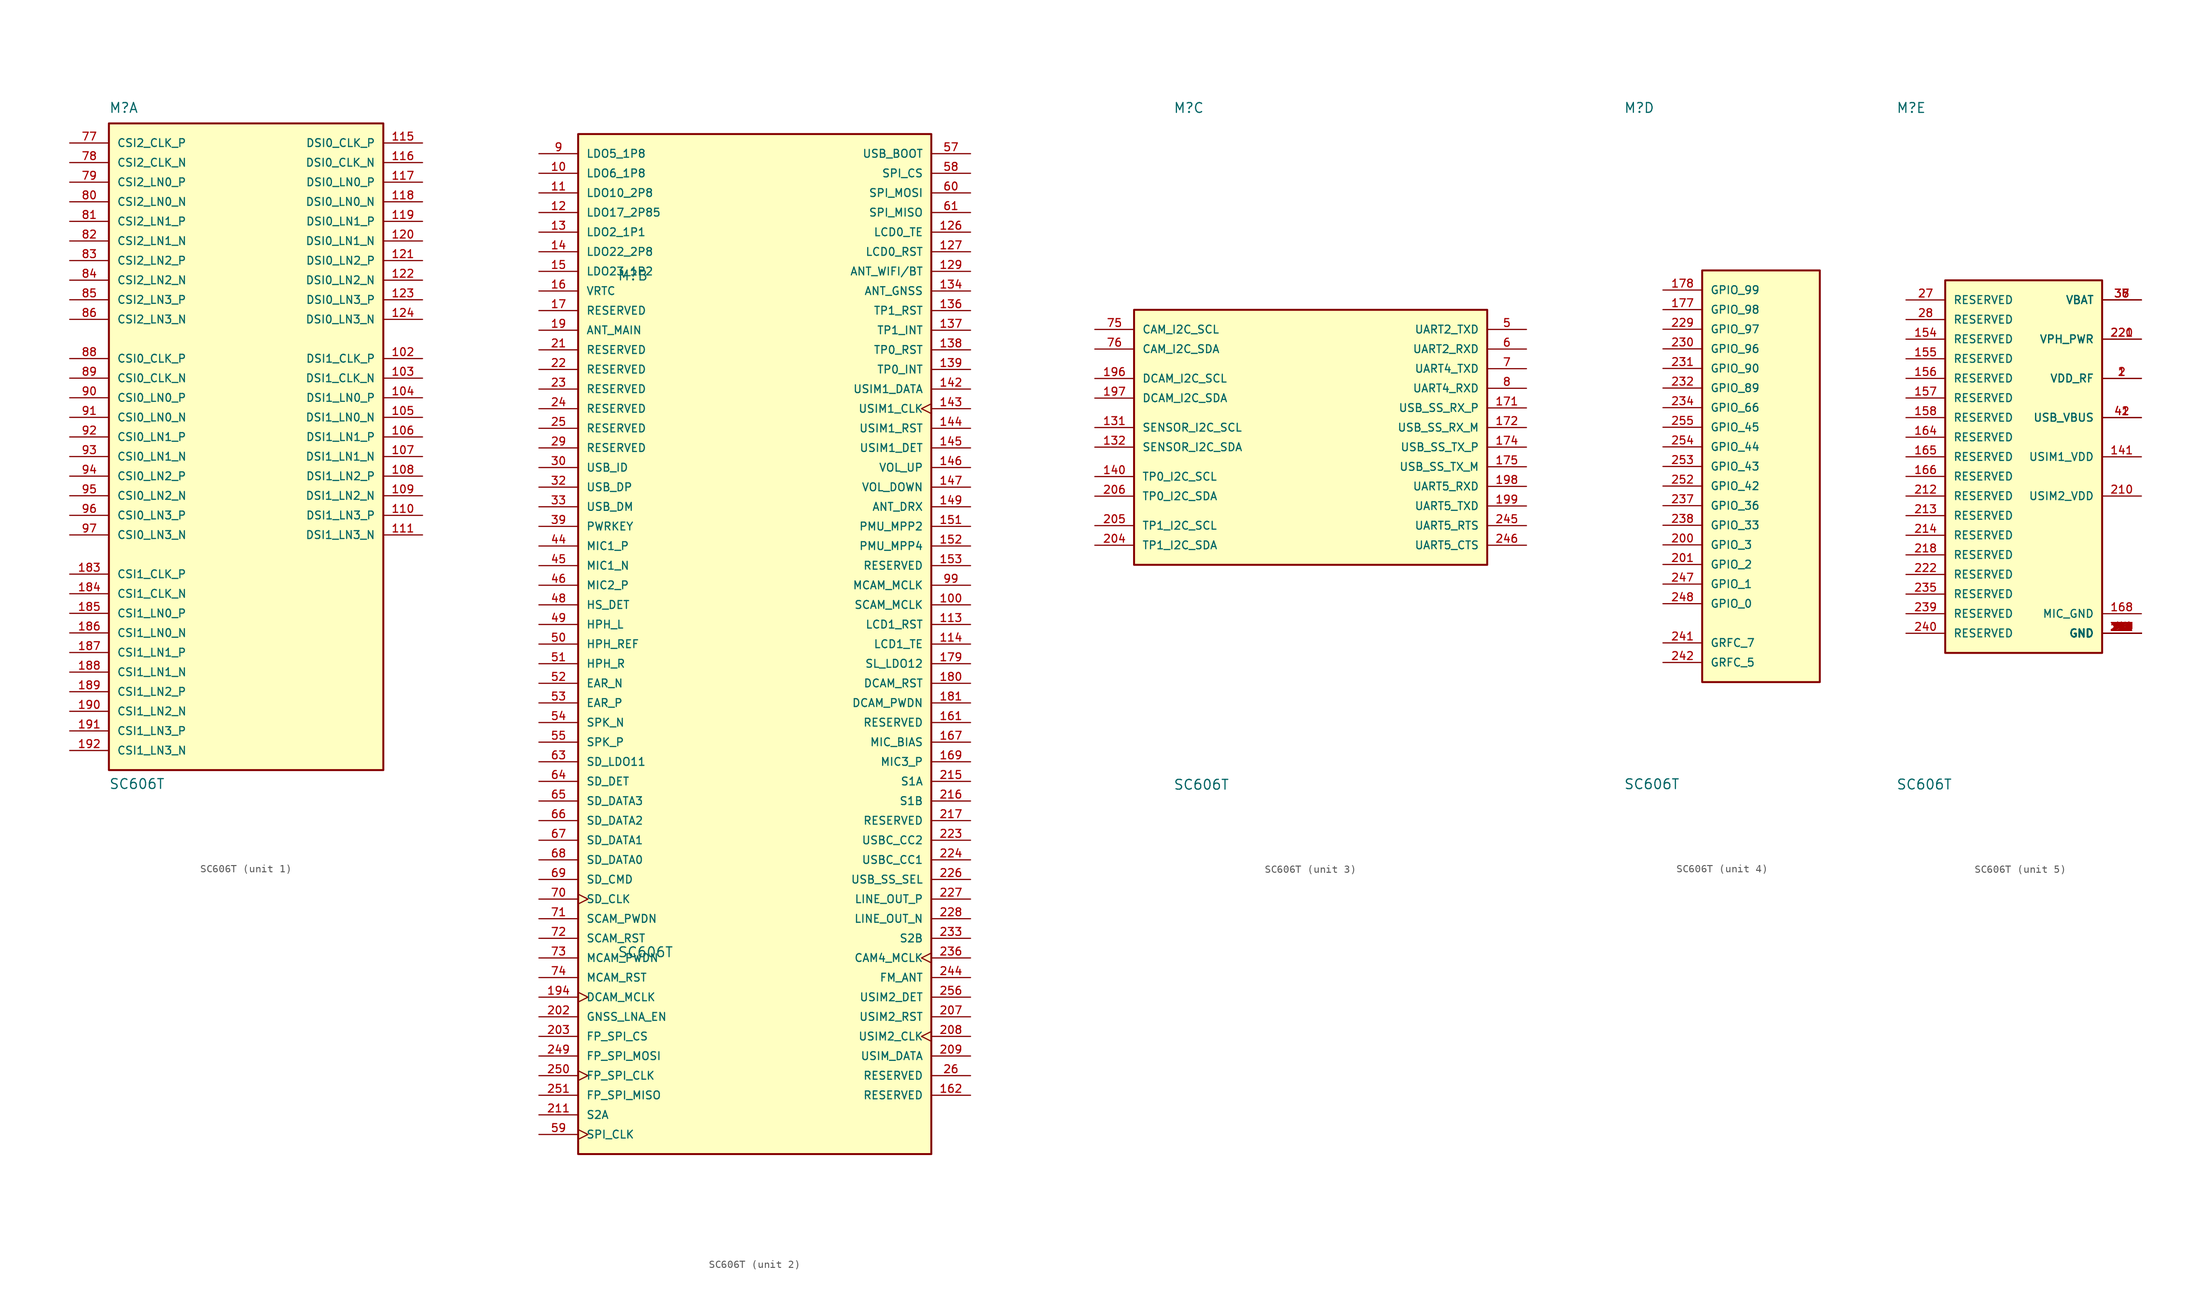
<source format=kicad_sym>
(kicad_symbol_lib
  (version 20211014)
  (generator kicad_symbol_editor)
  (symbol "SC606T"
    (pin_names
      (offset 1.016))
    (property "Reference" "M"
      (at -17.78 41.91 0)
      (effects (font (size 1.27 1.27)) (justify left bottom)))
    (property "Value" "SC606T"
      (at -17.78 -45.72 0)
      (effects (font (size 1.27 1.27)) (justify left bottom)))
    (property "ki_locked" ""
      (at 0 0 0)
      (effects (font (size 1.27 1.27))))
    (symbol "SC606T_1_0"
      (rectangle (start -17.78 -43.18) (end 17.78 40.64) (stroke (width 0.254) (type default) (color 0 0 0 0)) (fill (type background)))
      (pin bidirectional line (at 22.86 10.16 180) (length 5.08) (name "DSI1_CLK_P" (effects (font (size 1.016 1.016)))) (number "102" (effects (font (size 1.016 1.016)))))
      (pin bidirectional line (at 22.86 7.62 180) (length 5.08) (name "DSI1_CLK_N" (effects (font (size 1.016 1.016)))) (number "103" (effects (font (size 1.016 1.016)))))
      (pin bidirectional line (at 22.86 5.08 180) (length 5.08) (name "DSI1_LN0_P" (effects (font (size 1.016 1.016)))) (number "104" (effects (font (size 1.016 1.016)))))
      (pin bidirectional line (at 22.86 2.54 180) (length 5.08) (name "DSI1_LN0_N" (effects (font (size 1.016 1.016)))) (number "105" (effects (font (size 1.016 1.016)))))
      (pin bidirectional line (at 22.86 0 180) (length 5.08) (name "DSI1_LN1_P" (effects (font (size 1.016 1.016)))) (number "106" (effects (font (size 1.016 1.016)))))
      (pin bidirectional line (at 22.86 -2.54 180) (length 5.08) (name "DSI1_LN1_N" (effects (font (size 1.016 1.016)))) (number "107" (effects (font (size 1.016 1.016)))))
      (pin bidirectional line (at 22.86 -5.08 180) (length 5.08) (name "DSI1_LN2_P" (effects (font (size 1.016 1.016)))) (number "108" (effects (font (size 1.016 1.016)))))
      (pin bidirectional line (at 22.86 -7.62 180) (length 5.08) (name "DSI1_LN2_N" (effects (font (size 1.016 1.016)))) (number "109" (effects (font (size 1.016 1.016)))))
      (pin bidirectional line (at 22.86 -10.16 180) (length 5.08) (name "DSI1_LN3_P" (effects (font (size 1.016 1.016)))) (number "110" (effects (font (size 1.016 1.016)))))
      (pin bidirectional line (at 22.86 -12.7 180) (length 5.08) (name "DSI1_LN3_N" (effects (font (size 1.016 1.016)))) (number "111" (effects (font (size 1.016 1.016)))))
      (pin bidirectional line (at 22.86 38.1 180) (length 5.08) (name "DSI0_CLK_P" (effects (font (size 1.016 1.016)))) (number "115" (effects (font (size 1.016 1.016)))))
      (pin bidirectional line (at 22.86 35.56 180) (length 5.08) (name "DSI0_CLK_N" (effects (font (size 1.016 1.016)))) (number "116" (effects (font (size 1.016 1.016)))))
      (pin bidirectional line (at 22.86 33.02 180) (length 5.08) (name "DSI0_LN0_P" (effects (font (size 1.016 1.016)))) (number "117" (effects (font (size 1.016 1.016)))))
      (pin bidirectional line (at 22.86 30.48 180) (length 5.08) (name "DSI0_LN0_N" (effects (font (size 1.016 1.016)))) (number "118" (effects (font (size 1.016 1.016)))))
      (pin bidirectional line (at 22.86 27.94 180) (length 5.08) (name "DSI0_LN1_P" (effects (font (size 1.016 1.016)))) (number "119" (effects (font (size 1.016 1.016)))))
      (pin bidirectional line (at 22.86 25.4 180) (length 5.08) (name "DSI0_LN1_N" (effects (font (size 1.016 1.016)))) (number "120" (effects (font (size 1.016 1.016)))))
      (pin bidirectional line (at 22.86 22.86 180) (length 5.08) (name "DSI0_LN2_P" (effects (font (size 1.016 1.016)))) (number "121" (effects (font (size 1.016 1.016)))))
      (pin bidirectional line (at 22.86 20.32 180) (length 5.08) (name "DSI0_LN2_N" (effects (font (size 1.016 1.016)))) (number "122" (effects (font (size 1.016 1.016)))))
      (pin bidirectional line (at 22.86 17.78 180) (length 5.08) (name "DSI0_LN3_P" (effects (font (size 1.016 1.016)))) (number "123" (effects (font (size 1.016 1.016)))))
      (pin bidirectional line (at 22.86 15.24 180) (length 5.08) (name "DSI0_LN3_N" (effects (font (size 1.016 1.016)))) (number "124" (effects (font (size 1.016 1.016)))))
      (pin bidirectional line (at -22.86 -17.78 0) (length 5.08) (name "CSI1_CLK_P" (effects (font (size 1.016 1.016)))) (number "183" (effects (font (size 1.016 1.016)))))
      (pin bidirectional line (at -22.86 -20.32 0) (length 5.08) (name "CSI1_CLK_N" (effects (font (size 1.016 1.016)))) (number "184" (effects (font (size 1.016 1.016)))))
      (pin bidirectional line (at -22.86 -22.86 0) (length 5.08) (name "CSI1_LN0_P" (effects (font (size 1.016 1.016)))) (number "185" (effects (font (size 1.016 1.016)))))
      (pin bidirectional line (at -22.86 -25.4 0) (length 5.08) (name "CSI1_LN0_N" (effects (font (size 1.016 1.016)))) (number "186" (effects (font (size 1.016 1.016)))))
      (pin bidirectional line (at -22.86 -27.94 0) (length 5.08) (name "CSI1_LN1_P" (effects (font (size 1.016 1.016)))) (number "187" (effects (font (size 1.016 1.016)))))
      (pin bidirectional line (at -22.86 -30.48 0) (length 5.08) (name "CSI1_LN1_N" (effects (font (size 1.016 1.016)))) (number "188" (effects (font (size 1.016 1.016)))))
      (pin bidirectional line (at -22.86 -33.02 0) (length 5.08) (name "CSI1_LN2_P" (effects (font (size 1.016 1.016)))) (number "189" (effects (font (size 1.016 1.016)))))
      (pin bidirectional line (at -22.86 -35.56 0) (length 5.08) (name "CSI1_LN2_N" (effects (font (size 1.016 1.016)))) (number "190" (effects (font (size 1.016 1.016)))))
      (pin bidirectional line (at -22.86 -38.1 0) (length 5.08) (name "CSI1_LN3_P" (effects (font (size 1.016 1.016)))) (number "191" (effects (font (size 1.016 1.016)))))
      (pin bidirectional line (at -22.86 -40.64 0) (length 5.08) (name "CSI1_LN3_N" (effects (font (size 1.016 1.016)))) (number "192" (effects (font (size 1.016 1.016)))))
      (pin bidirectional line (at -22.86 38.1 0) (length 5.08) (name "CSI2_CLK_P" (effects (font (size 1.016 1.016)))) (number "77" (effects (font (size 1.016 1.016)))))
      (pin bidirectional line (at -22.86 35.56 0) (length 5.08) (name "CSI2_CLK_N" (effects (font (size 1.016 1.016)))) (number "78" (effects (font (size 1.016 1.016)))))
      (pin bidirectional line (at -22.86 33.02 0) (length 5.08) (name "CSI2_LN0_P" (effects (font (size 1.016 1.016)))) (number "79" (effects (font (size 1.016 1.016)))))
      (pin bidirectional line (at -22.86 30.48 0) (length 5.08) (name "CSI2_LN0_N" (effects (font (size 1.016 1.016)))) (number "80" (effects (font (size 1.016 1.016)))))
      (pin bidirectional line (at -22.86 27.94 0) (length 5.08) (name "CSI2_LN1_P" (effects (font (size 1.016 1.016)))) (number "81" (effects (font (size 1.016 1.016)))))
      (pin bidirectional line (at -22.86 25.4 0) (length 5.08) (name "CSI2_LN1_N" (effects (font (size 1.016 1.016)))) (number "82" (effects (font (size 1.016 1.016)))))
      (pin bidirectional line (at -22.86 22.86 0) (length 5.08) (name "CSI2_LN2_P" (effects (font (size 1.016 1.016)))) (number "83" (effects (font (size 1.016 1.016)))))
      (pin bidirectional line (at -22.86 20.32 0) (length 5.08) (name "CSI2_LN2_N" (effects (font (size 1.016 1.016)))) (number "84" (effects (font (size 1.016 1.016)))))
      (pin bidirectional line (at -22.86 17.78 0) (length 5.08) (name "CSI2_LN3_P" (effects (font (size 1.016 1.016)))) (number "85" (effects (font (size 1.016 1.016)))))
      (pin bidirectional line (at -22.86 15.24 0) (length 5.08) (name "CSI2_LN3_N" (effects (font (size 1.016 1.016)))) (number "86" (effects (font (size 1.016 1.016)))))
      (pin bidirectional line (at -22.86 10.16 0) (length 5.08) (name "CSI0_CLK_P" (effects (font (size 1.016 1.016)))) (number "88" (effects (font (size 1.016 1.016)))))
      (pin bidirectional line (at -22.86 7.62 0) (length 5.08) (name "CSI0_CLK_N" (effects (font (size 1.016 1.016)))) (number "89" (effects (font (size 1.016 1.016)))))
      (pin bidirectional line (at -22.86 5.08 0) (length 5.08) (name "CSI0_LN0_P" (effects (font (size 1.016 1.016)))) (number "90" (effects (font (size 1.016 1.016)))))
      (pin bidirectional line (at -22.86 2.54 0) (length 5.08) (name "CSI0_LN0_N" (effects (font (size 1.016 1.016)))) (number "91" (effects (font (size 1.016 1.016)))))
      (pin bidirectional line (at -22.86 0 0) (length 5.08) (name "CSI0_LN1_P" (effects (font (size 1.016 1.016)))) (number "92" (effects (font (size 1.016 1.016)))))
      (pin bidirectional line (at -22.86 -2.54 0) (length 5.08) (name "CSI0_LN1_N" (effects (font (size 1.016 1.016)))) (number "93" (effects (font (size 1.016 1.016)))))
      (pin bidirectional line (at -22.86 -5.08 0) (length 5.08) (name "CSI0_LN2_P" (effects (font (size 1.016 1.016)))) (number "94" (effects (font (size 1.016 1.016)))))
      (pin bidirectional line (at -22.86 -7.62 0) (length 5.08) (name "CSI0_LN2_N" (effects (font (size 1.016 1.016)))) (number "95" (effects (font (size 1.016 1.016)))))
      (pin bidirectional line (at -22.86 -10.16 0) (length 5.08) (name "CSI0_LN3_P" (effects (font (size 1.016 1.016)))) (number "96" (effects (font (size 1.016 1.016)))))
      (pin bidirectional line (at -22.86 -12.7 0) (length 5.08) (name "CSI0_LN3_N" (effects (font (size 1.016 1.016)))) (number "97" (effects (font (size 1.016 1.016))))))
    (symbol "SC606T_2_0"
      (rectangle (start -22.86 -71.12) (end 22.86 60.96) (stroke (width 0.254) (type default) (color 0 0 0 0)) (fill (type background)))
      (pin bidirectional line (at -27.94 55.88 0) (length 5.08) (name "LDO6_1P8" (effects (font (size 1.016 1.016)))) (number "10" (effects (font (size 1.016 1.016)))))
      (pin bidirectional line (at 27.94 0 180) (length 5.08) (name "SCAM_MCLK" (effects (font (size 1.016 1.016)))) (number "100" (effects (font (size 1.016 1.016)))))
      (pin bidirectional line (at -27.94 53.34 0) (length 5.08) (name "LDO10_2P8" (effects (font (size 1.016 1.016)))) (number "11" (effects (font (size 1.016 1.016)))))
      (pin bidirectional line (at 27.94 -2.54 180) (length 5.08) (name "LCD1_RST" (effects (font (size 1.016 1.016)))) (number "113" (effects (font (size 1.016 1.016)))))
      (pin bidirectional line (at 27.94 -5.08 180) (length 5.08) (name "LCD1_TE" (effects (font (size 1.016 1.016)))) (number "114" (effects (font (size 1.016 1.016)))))
      (pin bidirectional line (at -27.94 50.8 0) (length 5.08) (name "LDO17_2P85" (effects (font (size 1.016 1.016)))) (number "12" (effects (font (size 1.016 1.016)))))
      (pin bidirectional line (at 27.94 48.26 180) (length 5.08) (name "LCD0_TE" (effects (font (size 1.016 1.016)))) (number "126" (effects (font (size 1.016 1.016)))))
      (pin bidirectional line (at 27.94 45.72 180) (length 5.08) (name "LCD0_RST" (effects (font (size 1.016 1.016)))) (number "127" (effects (font (size 1.016 1.016)))))
      (pin bidirectional line (at 27.94 43.18 180) (length 5.08) (name "ANT_WIFI/BT" (effects (font (size 1.016 1.016)))) (number "129" (effects (font (size 1.016 1.016)))))
      (pin bidirectional line (at -27.94 48.26 0) (length 5.08) (name "LDO2_1P1" (effects (font (size 1.016 1.016)))) (number "13" (effects (font (size 1.016 1.016)))))
      (pin bidirectional line (at 27.94 40.64 180) (length 5.08) (name "ANT_GNSS" (effects (font (size 1.016 1.016)))) (number "134" (effects (font (size 1.016 1.016)))))
      (pin bidirectional line (at 27.94 38.1 180) (length 5.08) (name "TP1_RST" (effects (font (size 1.016 1.016)))) (number "136" (effects (font (size 1.016 1.016)))))
      (pin bidirectional line (at 27.94 35.56 180) (length 5.08) (name "TP1_INT" (effects (font (size 1.016 1.016)))) (number "137" (effects (font (size 1.016 1.016)))))
      (pin bidirectional line (at 27.94 33.02 180) (length 5.08) (name "TP0_RST" (effects (font (size 1.016 1.016)))) (number "138" (effects (font (size 1.016 1.016)))))
      (pin bidirectional line (at 27.94 30.48 180) (length 5.08) (name "TP0_INT" (effects (font (size 1.016 1.016)))) (number "139" (effects (font (size 1.016 1.016)))))
      (pin bidirectional line (at -27.94 45.72 0) (length 5.08) (name "LDO22_2P8" (effects (font (size 1.016 1.016)))) (number "14" (effects (font (size 1.016 1.016)))))
      (pin bidirectional line (at 27.94 27.94 180) (length 5.08) (name "USIM1_DATA" (effects (font (size 1.016 1.016)))) (number "142" (effects (font (size 1.016 1.016)))))
      (pin bidirectional clock (at 27.94 25.4 180) (length 5.08) (name "USIM1_CLK" (effects (font (size 1.016 1.016)))) (number "143" (effects (font (size 1.016 1.016)))))
      (pin bidirectional line (at 27.94 22.86 180) (length 5.08) (name "USIM1_RST" (effects (font (size 1.016 1.016)))) (number "144" (effects (font (size 1.016 1.016)))))
      (pin bidirectional line (at 27.94 20.32 180) (length 5.08) (name "USIM1_DET" (effects (font (size 1.016 1.016)))) (number "145" (effects (font (size 1.016 1.016)))))
      (pin bidirectional line (at 27.94 17.78 180) (length 5.08) (name "VOL_UP" (effects (font (size 1.016 1.016)))) (number "146" (effects (font (size 1.016 1.016)))))
      (pin bidirectional line (at 27.94 15.24 180) (length 5.08) (name "VOL_DOWN" (effects (font (size 1.016 1.016)))) (number "147" (effects (font (size 1.016 1.016)))))
      (pin bidirectional line (at 27.94 12.7 180) (length 5.08) (name "ANT_DRX" (effects (font (size 1.016 1.016)))) (number "149" (effects (font (size 1.016 1.016)))))
      (pin bidirectional line (at -27.94 43.18 0) (length 5.08) (name "LDO23_1P2" (effects (font (size 1.016 1.016)))) (number "15" (effects (font (size 1.016 1.016)))))
      (pin bidirectional line (at 27.94 10.16 180) (length 5.08) (name "PMU_MPP2" (effects (font (size 1.016 1.016)))) (number "151" (effects (font (size 1.016 1.016)))))
      (pin bidirectional line (at 27.94 7.62 180) (length 5.08) (name "PMU_MPP4" (effects (font (size 1.016 1.016)))) (number "152" (effects (font (size 1.016 1.016)))))
      (pin bidirectional line (at 27.94 5.08 180) (length 5.08) (name "RESERVED" (effects (font (size 1.016 1.016)))) (number "153" (effects (font (size 1.016 1.016)))))
      (pin bidirectional line (at -27.94 40.64 0) (length 5.08) (name "VRTC" (effects (font (size 1.016 1.016)))) (number "16" (effects (font (size 1.016 1.016)))))
      (pin bidirectional line (at 27.94 -15.24 180) (length 5.08) (name "RESERVED" (effects (font (size 1.016 1.016)))) (number "161" (effects (font (size 1.016 1.016)))))
      (pin bidirectional line (at 27.94 -63.5 180) (length 5.08) (name "RESERVED" (effects (font (size 1.016 1.016)))) (number "162" (effects (font (size 1.016 1.016)))))
      (pin bidirectional line (at 27.94 -17.78 180) (length 5.08) (name "MIC_BIAS" (effects (font (size 1.016 1.016)))) (number "167" (effects (font (size 1.016 1.016)))))
      (pin bidirectional line (at 27.94 -20.32 180) (length 5.08) (name "MIC3_P" (effects (font (size 1.016 1.016)))) (number "169" (effects (font (size 1.016 1.016)))))
      (pin bidirectional line (at -27.94 38.1 0) (length 5.08) (name "RESERVED" (effects (font (size 1.016 1.016)))) (number "17" (effects (font (size 1.016 1.016)))))
      (pin bidirectional line (at 27.94 -7.62 180) (length 5.08) (name "SL_LDO12" (effects (font (size 1.016 1.016)))) (number "179" (effects (font (size 1.016 1.016)))))
      (pin bidirectional line (at 27.94 -10.16 180) (length 5.08) (name "DCAM_RST" (effects (font (size 1.016 1.016)))) (number "180" (effects (font (size 1.016 1.016)))))
      (pin bidirectional line (at 27.94 -12.7 180) (length 5.08) (name "DCAM_PWDN" (effects (font (size 1.016 1.016)))) (number "181" (effects (font (size 1.016 1.016)))))
      (pin bidirectional line (at -27.94 35.56 0) (length 5.08) (name "ANT_MAIN" (effects (font (size 1.016 1.016)))) (number "19" (effects (font (size 1.016 1.016)))))
      (pin bidirectional clock (at -27.94 -50.8 0) (length 5.08) (name "DCAM_MCLK" (effects (font (size 1.016 1.016)))) (number "194" (effects (font (size 1.016 1.016)))))
      (pin bidirectional line (at -27.94 -53.34 0) (length 5.08) (name "GNSS_LNA_EN" (effects (font (size 1.016 1.016)))) (number "202" (effects (font (size 1.016 1.016)))))
      (pin bidirectional line (at -27.94 -55.88 0) (length 5.08) (name "FP_SPI_CS" (effects (font (size 1.016 1.016)))) (number "203" (effects (font (size 1.016 1.016)))))
      (pin bidirectional line (at 27.94 -53.34 180) (length 5.08) (name "USIM2_RST" (effects (font (size 1.016 1.016)))) (number "207" (effects (font (size 1.016 1.016)))))
      (pin bidirectional clock (at 27.94 -55.88 180) (length 5.08) (name "USIM2_CLK" (effects (font (size 1.016 1.016)))) (number "208" (effects (font (size 1.016 1.016)))))
      (pin bidirectional line (at 27.94 -58.42 180) (length 5.08) (name "USIM_DATA" (effects (font (size 1.016 1.016)))) (number "209" (effects (font (size 1.016 1.016)))))
      (pin bidirectional line (at -27.94 33.02 0) (length 5.08) (name "RESERVED" (effects (font (size 1.016 1.016)))) (number "21" (effects (font (size 1.016 1.016)))))
      (pin bidirectional line (at -27.94 -66.04 0) (length 5.08) (name "S2A" (effects (font (size 1.016 1.016)))) (number "211" (effects (font (size 1.016 1.016)))))
      (pin bidirectional line (at 27.94 -22.86 180) (length 5.08) (name "S1A" (effects (font (size 1.016 1.016)))) (number "215" (effects (font (size 1.016 1.016)))))
      (pin bidirectional line (at 27.94 -25.4 180) (length 5.08) (name "S1B" (effects (font (size 1.016 1.016)))) (number "216" (effects (font (size 1.016 1.016)))))
      (pin bidirectional line (at 27.94 -27.94 180) (length 5.08) (name "RESERVED" (effects (font (size 1.016 1.016)))) (number "217" (effects (font (size 1.016 1.016)))))
      (pin bidirectional line (at -27.94 30.48 0) (length 5.08) (name "RESERVED" (effects (font (size 1.016 1.016)))) (number "22" (effects (font (size 1.016 1.016)))))
      (pin bidirectional line (at 27.94 -30.48 180) (length 5.08) (name "USBC_CC2" (effects (font (size 1.016 1.016)))) (number "223" (effects (font (size 1.016 1.016)))))
      (pin bidirectional line (at 27.94 -33.02 180) (length 5.08) (name "USBC_CC1" (effects (font (size 1.016 1.016)))) (number "224" (effects (font (size 1.016 1.016)))))
      (pin bidirectional line (at 27.94 -35.56 180) (length 5.08) (name "USB_SS_SEL" (effects (font (size 1.016 1.016)))) (number "226" (effects (font (size 1.016 1.016)))))
      (pin bidirectional line (at 27.94 -38.1 180) (length 5.08) (name "LINE_OUT_P" (effects (font (size 1.016 1.016)))) (number "227" (effects (font (size 1.016 1.016)))))
      (pin bidirectional line (at 27.94 -40.64 180) (length 5.08) (name "LINE_OUT_N" (effects (font (size 1.016 1.016)))) (number "228" (effects (font (size 1.016 1.016)))))
      (pin bidirectional line (at -27.94 27.94 0) (length 5.08) (name "RESERVED" (effects (font (size 1.016 1.016)))) (number "23" (effects (font (size 1.016 1.016)))))
      (pin bidirectional line (at 27.94 -43.18 180) (length 5.08) (name "S2B" (effects (font (size 1.016 1.016)))) (number "233" (effects (font (size 1.016 1.016)))))
      (pin bidirectional clock (at 27.94 -45.72 180) (length 5.08) (name "CAM4_MCLK" (effects (font (size 1.016 1.016)))) (number "236" (effects (font (size 1.016 1.016)))))
      (pin bidirectional line (at -27.94 25.4 0) (length 5.08) (name "RESERVED" (effects (font (size 1.016 1.016)))) (number "24" (effects (font (size 1.016 1.016)))))
      (pin bidirectional line (at 27.94 -48.26 180) (length 5.08) (name "FM_ANT" (effects (font (size 1.016 1.016)))) (number "244" (effects (font (size 1.016 1.016)))))
      (pin bidirectional line (at -27.94 22.86 0) (length 5.08) (name "RESERVED" (effects (font (size 1.016 1.016)))) (number "25" (effects (font (size 1.016 1.016)))))
      (pin bidirectional line (at 27.94 -60.96 180) (length 5.08) (name "RESERVED" (effects (font (size 1.016 1.016)))) (number "26" (effects (font (size 1.016 1.016)))))
      (pin bidirectional line (at -27.94 20.32 0) (length 5.08) (name "RESERVED" (effects (font (size 1.016 1.016)))) (number "29" (effects (font (size 1.016 1.016)))))
      (pin bidirectional line (at -27.94 17.78 0) (length 5.08) (name "USB_ID" (effects (font (size 1.016 1.016)))) (number "30" (effects (font (size 1.016 1.016)))))
      (pin bidirectional line (at -27.94 15.24 0) (length 5.08) (name "USB_DP" (effects (font (size 1.016 1.016)))) (number "32" (effects (font (size 1.016 1.016)))))
      (pin bidirectional line (at -27.94 12.7 0) (length 5.08) (name "USB_DM" (effects (font (size 1.016 1.016)))) (number "33" (effects (font (size 1.016 1.016)))))
      (pin bidirectional line (at -27.94 10.16 0) (length 5.08) (name "PWRKEY" (effects (font (size 1.016 1.016)))) (number "39" (effects (font (size 1.016 1.016)))))
      (pin bidirectional line (at -27.94 7.62 0) (length 5.08) (name "MIC1_P" (effects (font (size 1.016 1.016)))) (number "44" (effects (font (size 1.016 1.016)))))
      (pin bidirectional line (at -27.94 5.08 0) (length 5.08) (name "MIC1_N" (effects (font (size 1.016 1.016)))) (number "45" (effects (font (size 1.016 1.016)))))
      (pin bidirectional line (at -27.94 2.54 0) (length 5.08) (name "MIC2_P" (effects (font (size 1.016 1.016)))) (number "46" (effects (font (size 1.016 1.016)))))
      (pin bidirectional line (at -27.94 0 0) (length 5.08) (name "HS_DET" (effects (font (size 1.016 1.016)))) (number "48" (effects (font (size 1.016 1.016)))))
      (pin bidirectional line (at -27.94 -2.54 0) (length 5.08) (name "HPH_L" (effects (font (size 1.016 1.016)))) (number "49" (effects (font (size 1.016 1.016)))))
      (pin bidirectional line (at -27.94 -5.08 0) (length 5.08) (name "HPH_REF" (effects (font (size 1.016 1.016)))) (number "50" (effects (font (size 1.016 1.016)))))
      (pin bidirectional line (at -27.94 -7.62 0) (length 5.08) (name "HPH_R" (effects (font (size 1.016 1.016)))) (number "51" (effects (font (size 1.016 1.016)))))
      (pin bidirectional line (at -27.94 -10.16 0) (length 5.08) (name "EAR_N" (effects (font (size 1.016 1.016)))) (number "52" (effects (font (size 1.016 1.016)))))
      (pin bidirectional line (at -27.94 -12.7 0) (length 5.08) (name "EAR_P" (effects (font (size 1.016 1.016)))) (number "53" (effects (font (size 1.016 1.016)))))
      (pin bidirectional line (at -27.94 -15.24 0) (length 5.08) (name "SPK_N" (effects (font (size 1.016 1.016)))) (number "54" (effects (font (size 1.016 1.016)))))
      (pin bidirectional line (at -27.94 -17.78 0) (length 5.08) (name "SPK_P" (effects (font (size 1.016 1.016)))) (number "55" (effects (font (size 1.016 1.016)))))
      (pin bidirectional line (at 27.94 58.42 180) (length 5.08) (name "USB_BOOT" (effects (font (size 1.016 1.016)))) (number "57" (effects (font (size 1.016 1.016)))))
      (pin bidirectional line (at 27.94 55.88 180) (length 5.08) (name "SPI_CS" (effects (font (size 1.016 1.016)))) (number "58" (effects (font (size 1.016 1.016)))))
      (pin bidirectional clock (at -27.94 -68.58 0) (length 5.08) (name "SPI_CLK" (effects (font (size 1.016 1.016)))) (number "59" (effects (font (size 1.016 1.016)))))
      (pin bidirectional line (at 27.94 53.34 180) (length 5.08) (name "SPI_MOSI" (effects (font (size 1.016 1.016)))) (number "60" (effects (font (size 1.016 1.016)))))
      (pin bidirectional line (at 27.94 50.8 180) (length 5.08) (name "SPI_MISO" (effects (font (size 1.016 1.016)))) (number "61" (effects (font (size 1.016 1.016)))))
      (pin bidirectional line (at -27.94 -20.32 0) (length 5.08) (name "SD_LDO11" (effects (font (size 1.016 1.016)))) (number "63" (effects (font (size 1.016 1.016)))))
      (pin bidirectional line (at -27.94 -22.86 0) (length 5.08) (name "SD_DET" (effects (font (size 1.016 1.016)))) (number "64" (effects (font (size 1.016 1.016)))))
      (pin bidirectional line (at -27.94 -25.4 0) (length 5.08) (name "SD_DATA3" (effects (font (size 1.016 1.016)))) (number "65" (effects (font (size 1.016 1.016)))))
      (pin bidirectional line (at -27.94 -27.94 0) (length 5.08) (name "SD_DATA2" (effects (font (size 1.016 1.016)))) (number "66" (effects (font (size 1.016 1.016)))))
      (pin bidirectional line (at -27.94 -30.48 0) (length 5.08) (name "SD_DATA1" (effects (font (size 1.016 1.016)))) (number "67" (effects (font (size 1.016 1.016)))))
      (pin bidirectional line (at -27.94 -33.02 0) (length 5.08) (name "SD_DATA0" (effects (font (size 1.016 1.016)))) (number "68" (effects (font (size 1.016 1.016)))))
      (pin bidirectional line (at -27.94 -35.56 0) (length 5.08) (name "SD_CMD" (effects (font (size 1.016 1.016)))) (number "69" (effects (font (size 1.016 1.016)))))
      (pin bidirectional clock (at -27.94 -38.1 0) (length 5.08) (name "SD_CLK" (effects (font (size 1.016 1.016)))) (number "70" (effects (font (size 1.016 1.016)))))
      (pin bidirectional line (at -27.94 -40.64 0) (length 5.08) (name "SCAM_PWDN" (effects (font (size 1.016 1.016)))) (number "71" (effects (font (size 1.016 1.016)))))
      (pin bidirectional line (at -27.94 -43.18 0) (length 5.08) (name "SCAM_RST" (effects (font (size 1.016 1.016)))) (number "72" (effects (font (size 1.016 1.016)))))
      (pin bidirectional line (at -27.94 -45.72 0) (length 5.08) (name "MCAM_PWDN" (effects (font (size 1.016 1.016)))) (number "73" (effects (font (size 1.016 1.016)))))
      (pin bidirectional line (at -27.94 -48.26 0) (length 5.08) (name "MCAM_RST" (effects (font (size 1.016 1.016)))) (number "74" (effects (font (size 1.016 1.016)))))
      (pin bidirectional line (at -27.94 58.42 0) (length 5.08) (name "LDO5_1P8" (effects (font (size 1.016 1.016)))) (number "9" (effects (font (size 1.016 1.016)))))
      (pin bidirectional line (at 27.94 2.54 180) (length 5.08) (name "MCAM_MCLK" (effects (font (size 1.016 1.016)))) (number "99" (effects (font (size 1.016 1.016))))))
    (symbol "SC606T_2_1"
      (pin bidirectional line (at -27.94 -58.42 0) (length 5.08) (name "FP_SPI_MOSI" (effects (font (size 1.016 1.016)))) (number "249" (effects (font (size 1.016 1.016)))))
      (pin bidirectional clock (at -27.94 -60.96 0) (length 5.08) (name "FP_SPI_CLK" (effects (font (size 1.016 1.016)))) (number "250" (effects (font (size 1.016 1.016)))))
      (pin power_in line (at -27.94 -63.5 0) (length 5.08) (name "FP_SPI_MISO" (effects (font (size 1.016 1.016)))) (number "251" (effects (font (size 1.016 1.016)))))
      (pin bidirectional line (at 27.94 -50.8 180) (length 5.08) (name "USIM2_DET" (effects (font (size 1.016 1.016)))) (number "256" (effects (font (size 1.016 1.016))))))
    (symbol "SC606T_3_0"
      (rectangle (start -22.86 -16.51) (end 22.86 16.51) (stroke (width 0.254) (type default) (color 0 0 0 0)) (fill (type background)))
      (pin bidirectional line (at -27.94 1.27 0) (length 5.08) (name "SENSOR_I2C_SCL" (effects (font (size 1.016 1.016)))) (number "131" (effects (font (size 1.016 1.016)))))
      (pin bidirectional line (at -27.94 -1.27 0) (length 5.08) (name "SENSOR_I2C_SDA" (effects (font (size 1.016 1.016)))) (number "132" (effects (font (size 1.016 1.016)))))
      (pin bidirectional line (at -27.94 -5.08 0) (length 5.08) (name "TP0_I2C_SCL" (effects (font (size 1.016 1.016)))) (number "140" (effects (font (size 1.016 1.016)))))
      (pin bidirectional line (at 27.94 3.81 180) (length 5.08) (name "USB_SS_RX_P" (effects (font (size 1.016 1.016)))) (number "171" (effects (font (size 1.016 1.016)))))
      (pin bidirectional line (at 27.94 1.27 180) (length 5.08) (name "USB_SS_RX_M" (effects (font (size 1.016 1.016)))) (number "172" (effects (font (size 1.016 1.016)))))
      (pin bidirectional line (at 27.94 -1.27 180) (length 5.08) (name "USB_SS_TX_P" (effects (font (size 1.016 1.016)))) (number "174" (effects (font (size 1.016 1.016)))))
      (pin bidirectional line (at 27.94 -3.81 180) (length 5.08) (name "USB_SS_TX_M" (effects (font (size 1.016 1.016)))) (number "175" (effects (font (size 1.016 1.016)))))
      (pin bidirectional line (at -27.94 7.62 0) (length 5.08) (name "DCAM_I2C_SCL" (effects (font (size 1.016 1.016)))) (number "196" (effects (font (size 1.016 1.016)))))
      (pin bidirectional line (at -27.94 5.08 0) (length 5.08) (name "DCAM_I2C_SDA" (effects (font (size 1.016 1.016)))) (number "197" (effects (font (size 1.016 1.016)))))
      (pin bidirectional line (at 27.94 -6.35 180) (length 5.08) (name "UART5_RXD" (effects (font (size 1.016 1.016)))) (number "198" (effects (font (size 1.016 1.016)))))
      (pin bidirectional line (at 27.94 -8.89 180) (length 5.08) (name "UART5_TXD" (effects (font (size 1.016 1.016)))) (number "199" (effects (font (size 1.016 1.016)))))
      (pin bidirectional line (at -27.94 -13.97 0) (length 5.08) (name "TP1_I2C_SDA" (effects (font (size 1.016 1.016)))) (number "204" (effects (font (size 1.016 1.016)))))
      (pin bidirectional line (at -27.94 -11.43 0) (length 5.08) (name "TP1_I2C_SCL" (effects (font (size 1.016 1.016)))) (number "205" (effects (font (size 1.016 1.016)))))
      (pin bidirectional line (at -27.94 -7.62 0) (length 5.08) (name "TP0_I2C_SDA" (effects (font (size 1.016 1.016)))) (number "206" (effects (font (size 1.016 1.016)))))
      (pin bidirectional line (at 27.94 13.97 180) (length 5.08) (name "UART2_TXD" (effects (font (size 1.016 1.016)))) (number "5" (effects (font (size 1.016 1.016)))))
      (pin bidirectional line (at 27.94 11.43 180) (length 5.08) (name "UART2_RXD" (effects (font (size 1.016 1.016)))) (number "6" (effects (font (size 1.016 1.016)))))
      (pin bidirectional line (at 27.94 8.89 180) (length 5.08) (name "UART4_TXD" (effects (font (size 1.016 1.016)))) (number "7" (effects (font (size 1.016 1.016)))))
      (pin bidirectional line (at -27.94 13.97 0) (length 5.08) (name "CAM_I2C_SCL" (effects (font (size 1.016 1.016)))) (number "75" (effects (font (size 1.016 1.016)))))
      (pin bidirectional line (at -27.94 11.43 0) (length 5.08) (name "CAM_I2C_SDA" (effects (font (size 1.016 1.016)))) (number "76" (effects (font (size 1.016 1.016)))))
      (pin bidirectional line (at 27.94 6.35 180) (length 5.08) (name "UART4_RXD" (effects (font (size 1.016 1.016)))) (number "8" (effects (font (size 1.016 1.016))))))
    (symbol "SC606T_3_1"
      (pin bidirectional line (at 27.94 -11.43 180) (length 5.08) (name "UART5_RTS" (effects (font (size 1.016 1.016)))) (number "245" (effects (font (size 1.016 1.016)))))
      (pin bidirectional line (at 27.94 -13.97 180) (length 5.08) (name "UART5_CTS" (effects (font (size 1.016 1.016)))) (number "246" (effects (font (size 1.016 1.016))))))
    (symbol "SC606T_4_0"
      (rectangle (start -7.62 -31.75) (end 7.62 21.59) (stroke (width 0.254) (type default) (color 0 0 0 0)) (fill (type background)))
      (pin bidirectional line (at -12.7 16.51 0) (length 5.08) (name "GPIO_98" (effects (font (size 1.016 1.016)))) (number "177" (effects (font (size 1.016 1.016)))))
      (pin bidirectional line (at -12.7 19.05 0) (length 5.08) (name "GPIO_99" (effects (font (size 1.016 1.016)))) (number "178" (effects (font (size 1.016 1.016)))))
      (pin bidirectional line (at -12.7 -13.97 0) (length 5.08) (name "GPIO_3" (effects (font (size 1.016 1.016)))) (number "200" (effects (font (size 1.016 1.016)))))
      (pin bidirectional line (at -12.7 -16.51 0) (length 5.08) (name "GPIO_2" (effects (font (size 1.016 1.016)))) (number "201" (effects (font (size 1.016 1.016)))))
      (pin bidirectional line (at -12.7 13.97 0) (length 5.08) (name "GPIO_97" (effects (font (size 1.016 1.016)))) (number "229" (effects (font (size 1.016 1.016)))))
      (pin bidirectional line (at -12.7 11.43 0) (length 5.08) (name "GPIO_96" (effects (font (size 1.016 1.016)))) (number "230" (effects (font (size 1.016 1.016)))))
      (pin bidirectional line (at -12.7 8.89 0) (length 5.08) (name "GPIO_90" (effects (font (size 1.016 1.016)))) (number "231" (effects (font (size 1.016 1.016)))))
      (pin bidirectional line (at -12.7 6.35 0) (length 5.08) (name "GPIO_89" (effects (font (size 1.016 1.016)))) (number "232" (effects (font (size 1.016 1.016)))))
      (pin bidirectional line (at -12.7 3.81 0) (length 5.08) (name "GPIO_66" (effects (font (size 1.016 1.016)))) (number "234" (effects (font (size 1.016 1.016)))))
      (pin bidirectional line (at -12.7 -8.89 0) (length 5.08) (name "GPIO_36" (effects (font (size 1.016 1.016)))) (number "237" (effects (font (size 1.016 1.016)))))
      (pin bidirectional line (at -12.7 -11.43 0) (length 5.08) (name "GPIO_33" (effects (font (size 1.016 1.016)))) (number "238" (effects (font (size 1.016 1.016)))))
      (pin bidirectional line (at -12.7 -26.67 0) (length 5.08) (name "GRFC_7" (effects (font (size 1.016 1.016)))) (number "241" (effects (font (size 1.016 1.016)))))
      (pin bidirectional line (at -12.7 -29.21 0) (length 5.08) (name "GRFC_5" (effects (font (size 1.016 1.016)))) (number "242" (effects (font (size 1.016 1.016))))))
    (symbol "SC606T_4_1"
      (pin bidirectional line (at -12.7 -19.05 0) (length 5.08) (name "GPIO_1" (effects (font (size 1.016 1.016)))) (number "247" (effects (font (size 1.016 1.016)))))
      (pin bidirectional line (at -12.7 -21.59 0) (length 5.08) (name "GPIO_0" (effects (font (size 1.016 1.016)))) (number "248" (effects (font (size 1.016 1.016)))))
      (pin bidirectional line (at -12.7 -6.35 0) (length 5.08) (name "GPIO_42" (effects (font (size 1.016 1.016)))) (number "252" (effects (font (size 1.016 1.016)))))
      (pin bidirectional line (at -12.7 -3.81 0) (length 5.08) (name "GPIO_43" (effects (font (size 1.016 1.016)))) (number "253" (effects (font (size 1.016 1.016)))))
      (pin bidirectional line (at -12.7 -1.27 0) (length 5.08) (name "GPIO_44" (effects (font (size 1.016 1.016)))) (number "254" (effects (font (size 1.016 1.016)))))
      (pin bidirectional line (at -12.7 1.27 0) (length 5.08) (name "GPIO_45" (effects (font (size 1.016 1.016)))) (number "255" (effects (font (size 1.016 1.016))))))
    (symbol "SC606T_5_0"
      (rectangle (start -11.43 -27.94) (end 8.89 20.32) (stroke (width 0.254) (type default) (color 0 0 0 0)) (fill (type background)))
      (pin power_in line (at 13.97 7.62 180) (length 5.08) (name "VDD_RF" (effects (font (size 1.016 1.016)))) (number "1" (effects (font (size 1.016 1.016)))))
      (pin power_in line (at 13.97 -25.4 180) (length 5.08) (name "GND" (effects (font (size 1.016 1.016)))) (number "101" (effects (font (size 1.016 1.016)))))
      (pin power_in line (at 13.97 -25.4 180) (length 5.08) (name "GND" (effects (font (size 1.016 1.016)))) (number "112" (effects (font (size 1.016 1.016)))))
      (pin power_in line (at 13.97 -25.4 180) (length 5.08) (name "GND" (effects (font (size 1.016 1.016)))) (number "125" (effects (font (size 1.016 1.016)))))
      (pin power_in line (at 13.97 -25.4 180) (length 5.08) (name "GND" (effects (font (size 1.016 1.016)))) (number "128" (effects (font (size 1.016 1.016)))))
      (pin power_in line (at 13.97 -25.4 180) (length 5.08) (name "GND" (effects (font (size 1.016 1.016)))) (number "130" (effects (font (size 1.016 1.016)))))
      (pin power_in line (at 13.97 -25.4 180) (length 5.08) (name "GND" (effects (font (size 1.016 1.016)))) (number "133" (effects (font (size 1.016 1.016)))))
      (pin power_in line (at 13.97 -25.4 180) (length 5.08) (name "GND" (effects (font (size 1.016 1.016)))) (number "135" (effects (font (size 1.016 1.016)))))
      (pin power_in line (at 13.97 -2.54 180) (length 5.08) (name "USIM1_VDD" (effects (font (size 1.016 1.016)))) (number "141" (effects (font (size 1.016 1.016)))))
      (pin power_in line (at 13.97 -25.4 180) (length 5.08) (name "GND" (effects (font (size 1.016 1.016)))) (number "148" (effects (font (size 1.016 1.016)))))
      (pin power_in line (at 13.97 -25.4 180) (length 5.08) (name "GND" (effects (font (size 1.016 1.016)))) (number "150" (effects (font (size 1.016 1.016)))))
      (pin passive line (at -16.51 12.7 0) (length 5.08) (name "RESERVED" (effects (font (size 1.016 1.016)))) (number "154" (effects (font (size 1.016 1.016)))))
      (pin passive line (at -16.51 10.16 0) (length 5.08) (name "RESERVED" (effects (font (size 1.016 1.016)))) (number "155" (effects (font (size 1.016 1.016)))))
      (pin passive line (at -16.51 7.62 0) (length 5.08) (name "RESERVED" (effects (font (size 1.016 1.016)))) (number "156" (effects (font (size 1.016 1.016)))))
      (pin passive line (at -16.51 5.08 0) (length 5.08) (name "RESERVED" (effects (font (size 1.016 1.016)))) (number "157" (effects (font (size 1.016 1.016)))))
      (pin passive line (at -16.51 2.54 0) (length 5.08) (name "RESERVED" (effects (font (size 1.016 1.016)))) (number "158" (effects (font (size 1.016 1.016)))))
      (pin power_in line (at 13.97 -25.4 180) (length 5.08) (name "GND" (effects (font (size 1.016 1.016)))) (number "159" (effects (font (size 1.016 1.016)))))
      (pin power_in line (at 13.97 -25.4 180) (length 5.08) (name "GND" (effects (font (size 1.016 1.016)))) (number "160" (effects (font (size 1.016 1.016)))))
      (pin power_in line (at 13.97 -25.4 180) (length 5.08) (name "GND" (effects (font (size 1.016 1.016)))) (number "163" (effects (font (size 1.016 1.016)))))
      (pin passive line (at -16.51 0 0) (length 5.08) (name "RESERVED" (effects (font (size 1.016 1.016)))) (number "164" (effects (font (size 1.016 1.016)))))
      (pin passive line (at -16.51 -2.54 0) (length 5.08) (name "RESERVED" (effects (font (size 1.016 1.016)))) (number "165" (effects (font (size 1.016 1.016)))))
      (pin passive line (at -16.51 -5.08 0) (length 5.08) (name "RESERVED" (effects (font (size 1.016 1.016)))) (number "166" (effects (font (size 1.016 1.016)))))
      (pin power_in line (at 13.97 -22.86 180) (length 5.08) (name "MIC_GND" (effects (font (size 1.016 1.016)))) (number "168" (effects (font (size 1.016 1.016)))))
      (pin power_in line (at 13.97 -25.4 180) (length 5.08) (name "GND" (effects (font (size 1.016 1.016)))) (number "170" (effects (font (size 1.016 1.016)))))
      (pin power_in line (at 13.97 -25.4 180) (length 5.08) (name "GND" (effects (font (size 1.016 1.016)))) (number "173" (effects (font (size 1.016 1.016)))))
      (pin power_in line (at 13.97 -25.4 180) (length 5.08) (name "GND" (effects (font (size 1.016 1.016)))) (number "176" (effects (font (size 1.016 1.016)))))
      (pin power_in line (at 13.97 -25.4 180) (length 5.08) (name "GND" (effects (font (size 1.016 1.016)))) (number "18" (effects (font (size 1.016 1.016)))))
      (pin power_in line (at 13.97 -25.4 180) (length 5.08) (name "GND" (effects (font (size 1.016 1.016)))) (number "182" (effects (font (size 1.016 1.016)))))
      (pin power_in line (at 13.97 -25.4 180) (length 5.08) (name "GND" (effects (font (size 1.016 1.016)))) (number "193" (effects (font (size 1.016 1.016)))))
      (pin power_in line (at 13.97 -25.4 180) (length 5.08) (name "GND" (effects (font (size 1.016 1.016)))) (number "195" (effects (font (size 1.016 1.016)))))
      (pin power_in line (at 13.97 7.62 180) (length 5.08) (name "VDD_RF" (effects (font (size 1.016 1.016)))) (number "2" (effects (font (size 1.016 1.016)))))
      (pin power_in line (at 13.97 -25.4 180) (length 5.08) (name "GND" (effects (font (size 1.016 1.016)))) (number "20" (effects (font (size 1.016 1.016)))))
      (pin power_in line (at 13.97 -7.62 180) (length 5.08) (name "USIM2_VDD" (effects (font (size 1.016 1.016)))) (number "210" (effects (font (size 1.016 1.016)))))
      (pin passive line (at -16.51 -7.62 0) (length 5.08) (name "RESERVED" (effects (font (size 1.016 1.016)))) (number "212" (effects (font (size 1.016 1.016)))))
      (pin passive line (at -16.51 -10.16 0) (length 5.08) (name "RESERVED" (effects (font (size 1.016 1.016)))) (number "213" (effects (font (size 1.016 1.016)))))
      (pin passive line (at -16.51 -12.7 0) (length 5.08) (name "RESERVED" (effects (font (size 1.016 1.016)))) (number "214" (effects (font (size 1.016 1.016)))))
      (pin passive line (at -16.51 -15.24 0) (length 5.08) (name "RESERVED" (effects (font (size 1.016 1.016)))) (number "218" (effects (font (size 1.016 1.016)))))
      (pin power_in line (at 13.97 -25.4 180) (length 5.08) (name "GND" (effects (font (size 1.016 1.016)))) (number "219" (effects (font (size 1.016 1.016)))))
      (pin power_in line (at 13.97 12.7 180) (length 5.08) (name "VPH_PWR" (effects (font (size 1.016 1.016)))) (number "220" (effects (font (size 1.016 1.016)))))
      (pin power_in line (at 13.97 12.7 180) (length 5.08) (name "VPH_PWR" (effects (font (size 1.016 1.016)))) (number "221" (effects (font (size 1.016 1.016)))))
      (pin passive line (at -16.51 -17.78 0) (length 5.08) (name "RESERVED" (effects (font (size 1.016 1.016)))) (number "222" (effects (font (size 1.016 1.016)))))
      (pin power_in line (at 13.97 -25.4 180) (length 5.08) (name "GND" (effects (font (size 1.016 1.016)))) (number "225" (effects (font (size 1.016 1.016)))))
      (pin passive line (at -16.51 -20.32 0) (length 5.08) (name "RESERVED" (effects (font (size 1.016 1.016)))) (number "235" (effects (font (size 1.016 1.016)))))
      (pin passive line (at -16.51 -22.86 0) (length 5.08) (name "RESERVED" (effects (font (size 1.016 1.016)))) (number "239" (effects (font (size 1.016 1.016)))))
      (pin passive line (at -16.51 -25.4 0) (length 5.08) (name "RESERVED" (effects (font (size 1.016 1.016)))) (number "240" (effects (font (size 1.016 1.016)))))
      (pin power_in line (at 13.97 -25.4 180) (length 5.08) (name "GND" (effects (font (size 1.016 1.016)))) (number "243" (effects (font (size 1.016 1.016)))))
      (pin power_in line (at 13.97 -25.4 180) (length 5.08) (name "GND" (effects (font (size 1.016 1.016)))) (number "257" (effects (font (size 1.016 1.016)))))
      (pin power_in line (at 13.97 -25.4 180) (length 5.08) (name "GND" (effects (font (size 1.016 1.016)))) (number "258" (effects (font (size 1.016 1.016)))))
      (pin power_in line (at 13.97 -25.4 180) (length 5.08) (name "GND" (effects (font (size 1.016 1.016)))) (number "259" (effects (font (size 1.016 1.016)))))
      (pin power_in line (at 13.97 -25.4 180) (length 5.08) (name "GND" (effects (font (size 1.016 1.016)))) (number "260" (effects (font (size 1.016 1.016)))))
      (pin power_in line (at 13.97 -25.4 180) (length 5.08) (name "GND" (effects (font (size 1.016 1.016)))) (number "261" (effects (font (size 1.016 1.016)))))
      (pin power_in line (at 13.97 -25.4 180) (length 5.08) (name "GND" (effects (font (size 1.016 1.016)))) (number "262" (effects (font (size 1.016 1.016)))))
      (pin power_in line (at 13.97 -25.4 180) (length 5.08) (name "GND" (effects (font (size 1.016 1.016)))) (number "263" (effects (font (size 1.016 1.016)))))
      (pin power_in line (at 13.97 -25.4 180) (length 5.08) (name "GND" (effects (font (size 1.016 1.016)))) (number "264" (effects (font (size 1.016 1.016)))))
      (pin power_in line (at 13.97 -25.4 180) (length 5.08) (name "GND" (effects (font (size 1.016 1.016)))) (number "265" (effects (font (size 1.016 1.016)))))
      (pin power_in line (at 13.97 -25.4 180) (length 5.08) (name "GND" (effects (font (size 1.016 1.016)))) (number "266" (effects (font (size 1.016 1.016)))))
      (pin power_in line (at 13.97 -25.4 180) (length 5.08) (name "GND" (effects (font (size 1.016 1.016)))) (number "267" (effects (font (size 1.016 1.016)))))
      (pin power_in line (at 13.97 -25.4 180) (length 5.08) (name "GND" (effects (font (size 1.016 1.016)))) (number "268" (effects (font (size 1.016 1.016)))))
      (pin power_in line (at 13.97 -25.4 180) (length 5.08) (name "GND" (effects (font (size 1.016 1.016)))) (number "269" (effects (font (size 1.016 1.016)))))
      (pin passive line (at -16.51 17.78 0) (length 5.08) (name "RESERVED" (effects (font (size 1.016 1.016)))) (number "27" (effects (font (size 1.016 1.016)))))
      (pin power_in line (at 13.97 -25.4 180) (length 5.08) (name "GND" (effects (font (size 1.016 1.016)))) (number "270" (effects (font (size 1.016 1.016)))))
      (pin power_in line (at 13.97 -25.4 180) (length 5.08) (name "GND" (effects (font (size 1.016 1.016)))) (number "271" (effects (font (size 1.016 1.016)))))
      (pin power_in line (at 13.97 -25.4 180) (length 5.08) (name "GND" (effects (font (size 1.016 1.016)))) (number "272" (effects (font (size 1.016 1.016)))))
      (pin power_in line (at 13.97 -25.4 180) (length 5.08) (name "GND" (effects (font (size 1.016 1.016)))) (number "273" (effects (font (size 1.016 1.016)))))
      (pin power_in line (at 13.97 -25.4 180) (length 5.08) (name "GND" (effects (font (size 1.016 1.016)))) (number "274" (effects (font (size 1.016 1.016)))))
      (pin power_in line (at 13.97 -25.4 180) (length 5.08) (name "GND" (effects (font (size 1.016 1.016)))) (number "275" (effects (font (size 1.016 1.016)))))
      (pin power_in line (at 13.97 -25.4 180) (length 5.08) (name "GND" (effects (font (size 1.016 1.016)))) (number "276" (effects (font (size 1.016 1.016)))))
      (pin power_in line (at 13.97 -25.4 180) (length 5.08) (name "GND" (effects (font (size 1.016 1.016)))) (number "277" (effects (font (size 1.016 1.016)))))
      (pin power_in line (at 13.97 -25.4 180) (length 5.08) (name "GND" (effects (font (size 1.016 1.016)))) (number "278" (effects (font (size 1.016 1.016)))))
      (pin power_in line (at 13.97 -25.4 180) (length 5.08) (name "GND" (effects (font (size 1.016 1.016)))) (number "279" (effects (font (size 1.016 1.016)))))
      (pin passive line (at -16.51 15.24 0) (length 5.08) (name "RESERVED" (effects (font (size 1.016 1.016)))) (number "28" (effects (font (size 1.016 1.016)))))
      (pin power_in line (at 13.97 -25.4 180) (length 5.08) (name "GND" (effects (font (size 1.016 1.016)))) (number "280" (effects (font (size 1.016 1.016)))))
      (pin power_in line (at 13.97 -25.4 180) (length 5.08) (name "GND" (effects (font (size 1.016 1.016)))) (number "281" (effects (font (size 1.016 1.016)))))
      (pin power_in line (at 13.97 -25.4 180) (length 5.08) (name "GND" (effects (font (size 1.016 1.016)))) (number "282" (effects (font (size 1.016 1.016)))))
      (pin power_in line (at 13.97 -25.4 180) (length 5.08) (name "GND" (effects (font (size 1.016 1.016)))) (number "283" (effects (font (size 1.016 1.016)))))
      (pin power_in line (at 13.97 -25.4 180) (length 5.08) (name "GND" (effects (font (size 1.016 1.016)))) (number "284" (effects (font (size 1.016 1.016)))))
      (pin power_in line (at 13.97 -25.4 180) (length 5.08) (name "GND" (effects (font (size 1.016 1.016)))) (number "285" (effects (font (size 1.016 1.016)))))
      (pin power_in line (at 13.97 -25.4 180) (length 5.08) (name "GND" (effects (font (size 1.016 1.016)))) (number "286" (effects (font (size 1.016 1.016)))))
      (pin power_in line (at 13.97 -25.4 180) (length 5.08) (name "GND" (effects (font (size 1.016 1.016)))) (number "287" (effects (font (size 1.016 1.016)))))
      (pin power_in line (at 13.97 -25.4 180) (length 5.08) (name "GND" (effects (font (size 1.016 1.016)))) (number "288" (effects (font (size 1.016 1.016)))))
      (pin power_in line (at 13.97 -25.4 180) (length 5.08) (name "GND" (effects (font (size 1.016 1.016)))) (number "289" (effects (font (size 1.016 1.016)))))
      (pin power_in line (at 13.97 -25.4 180) (length 5.08) (name "GND" (effects (font (size 1.016 1.016)))) (number "290" (effects (font (size 1.016 1.016)))))
      (pin power_in line (at 13.97 -25.4 180) (length 5.08) (name "GND" (effects (font (size 1.016 1.016)))) (number "291" (effects (font (size 1.016 1.016)))))
      (pin power_in line (at 13.97 -25.4 180) (length 5.08) (name "GND" (effects (font (size 1.016 1.016)))) (number "292" (effects (font (size 1.016 1.016)))))
      (pin power_in line (at 13.97 -25.4 180) (length 5.08) (name "GND" (effects (font (size 1.016 1.016)))) (number "293" (effects (font (size 1.016 1.016)))))
      (pin power_in line (at 13.97 -25.4 180) (length 5.08) (name "GND" (effects (font (size 1.016 1.016)))) (number "294" (effects (font (size 1.016 1.016)))))
      (pin power_in line (at 13.97 -25.4 180) (length 5.08) (name "GND" (effects (font (size 1.016 1.016)))) (number "295" (effects (font (size 1.016 1.016)))))
      (pin power_in line (at 13.97 -25.4 180) (length 5.08) (name "GND" (effects (font (size 1.016 1.016)))) (number "296" (effects (font (size 1.016 1.016)))))
      (pin power_in line (at 13.97 -25.4 180) (length 5.08) (name "GND" (effects (font (size 1.016 1.016)))) (number "297" (effects (font (size 1.016 1.016)))))
      (pin power_in line (at 13.97 -25.4 180) (length 5.08) (name "GND" (effects (font (size 1.016 1.016)))) (number "298" (effects (font (size 1.016 1.016)))))
      (pin power_in line (at 13.97 -25.4 180) (length 5.08) (name "GND" (effects (font (size 1.016 1.016)))) (number "299" (effects (font (size 1.016 1.016)))))
      (pin power_in line (at 13.97 -25.4 180) (length 5.08) (name "GND" (effects (font (size 1.016 1.016)))) (number "3" (effects (font (size 1.016 1.016)))))
      (pin power_in line (at 13.97 -25.4 180) (length 5.08) (name "GND" (effects (font (size 1.016 1.016)))) (number "300" (effects (font (size 1.016 1.016)))))
      (pin power_in line (at 13.97 -25.4 180) (length 5.08) (name "GND" (effects (font (size 1.016 1.016)))) (number "301" (effects (font (size 1.016 1.016)))))
      (pin power_in line (at 13.97 -25.4 180) (length 5.08) (name "GND" (effects (font (size 1.016 1.016)))) (number "302" (effects (font (size 1.016 1.016)))))
      (pin power_in line (at 13.97 -25.4 180) (length 5.08) (name "GND" (effects (font (size 1.016 1.016)))) (number "303" (effects (font (size 1.016 1.016)))))
      (pin power_in line (at 13.97 -25.4 180) (length 5.08) (name "GND" (effects (font (size 1.016 1.016)))) (number "304" (effects (font (size 1.016 1.016)))))
      (pin power_in line (at 13.97 -25.4 180) (length 5.08) (name "GND" (effects (font (size 1.016 1.016)))) (number "305" (effects (font (size 1.016 1.016)))))
      (pin power_in line (at 13.97 -25.4 180) (length 5.08) (name "GND" (effects (font (size 1.016 1.016)))) (number "306" (effects (font (size 1.016 1.016)))))
      (pin power_in line (at 13.97 -25.4 180) (length 5.08) (name "GND" (effects (font (size 1.016 1.016)))) (number "307" (effects (font (size 1.016 1.016)))))
      (pin power_in line (at 13.97 -25.4 180) (length 5.08) (name "GND" (effects (font (size 1.016 1.016)))) (number "308" (effects (font (size 1.016 1.016)))))
      (pin power_in line (at 13.97 -25.4 180) (length 5.08) (name "GND" (effects (font (size 1.016 1.016)))) (number "309" (effects (font (size 1.016 1.016)))))
      (pin power_in line (at 13.97 -25.4 180) (length 5.08) (name "GND" (effects (font (size 1.016 1.016)))) (number "31" (effects (font (size 1.016 1.016)))))
      (pin power_in line (at 13.97 -25.4 180) (length 5.08) (name "GND" (effects (font (size 1.016 1.016)))) (number "310" (effects (font (size 1.016 1.016)))))
      (pin power_in line (at 13.97 -25.4 180) (length 5.08) (name "GND" (effects (font (size 1.016 1.016)))) (number "311" (effects (font (size 1.016 1.016)))))
      (pin power_in line (at 13.97 -25.4 180) (length 5.08) (name "GND" (effects (font (size 1.016 1.016)))) (number "312" (effects (font (size 1.016 1.016)))))
      (pin power_in line (at 13.97 -25.4 180) (length 5.08) (name "GND" (effects (font (size 1.016 1.016)))) (number "313" (effects (font (size 1.016 1.016)))))
      (pin power_in line (at 13.97 -25.4 180) (length 5.08) (name "GND" (effects (font (size 1.016 1.016)))) (number "314" (effects (font (size 1.016 1.016)))))
      (pin power_in line (at 13.97 -25.4 180) (length 5.08) (name "GND" (effects (font (size 1.016 1.016)))) (number "315" (effects (font (size 1.016 1.016)))))
      (pin power_in line (at 13.97 -25.4 180) (length 5.08) (name "GND" (effects (font (size 1.016 1.016)))) (number "316" (effects (font (size 1.016 1.016)))))
      (pin power_in line (at 13.97 -25.4 180) (length 5.08) (name "GND" (effects (font (size 1.016 1.016)))) (number "317" (effects (font (size 1.016 1.016)))))
      (pin power_in line (at 13.97 -25.4 180) (length 5.08) (name "GND" (effects (font (size 1.016 1.016)))) (number "318" (effects (font (size 1.016 1.016)))))
      (pin power_in line (at 13.97 -25.4 180) (length 5.08) (name "GND" (effects (font (size 1.016 1.016)))) (number "319" (effects (font (size 1.016 1.016)))))
      (pin power_in line (at 13.97 -25.4 180) (length 5.08) (name "GND" (effects (font (size 1.016 1.016)))) (number "320" (effects (font (size 1.016 1.016)))))
      (pin power_in line (at 13.97 -25.4 180) (length 5.08) (name "GND" (effects (font (size 1.016 1.016)))) (number "321" (effects (font (size 1.016 1.016)))))
      (pin power_in line (at 13.97 -25.4 180) (length 5.08) (name "GND" (effects (font (size 1.016 1.016)))) (number "322" (effects (font (size 1.016 1.016)))))
      (pin power_in line (at 13.97 -25.4 180) (length 5.08) (name "GND" (effects (font (size 1.016 1.016)))) (number "323" (effects (font (size 1.016 1.016)))))
      (pin power_in line (at 13.97 -25.4 180) (length 5.08) (name "GND" (effects (font (size 1.016 1.016)))) (number "34" (effects (font (size 1.016 1.016)))))
      (pin power_in line (at 13.97 -25.4 180) (length 5.08) (name "GND" (effects (font (size 1.016 1.016)))) (number "35" (effects (font (size 1.016 1.016)))))
      (pin power_in line (at 13.97 17.78 180) (length 5.08) (name "VBAT" (effects (font (size 1.016 1.016)))) (number "36" (effects (font (size 1.016 1.016)))))
      (pin power_in line (at 13.97 17.78 180) (length 5.08) (name "VBAT" (effects (font (size 1.016 1.016)))) (number "37" (effects (font (size 1.016 1.016)))))
      (pin power_in line (at 13.97 17.78 180) (length 5.08) (name "VBAT" (effects (font (size 1.016 1.016)))) (number "38" (effects (font (size 1.016 1.016)))))
      (pin power_in line (at 13.97 -25.4 180) (length 5.08) (name "GND" (effects (font (size 1.016 1.016)))) (number "4" (effects (font (size 1.016 1.016)))))
      (pin power_in line (at 13.97 -25.4 180) (length 5.08) (name "GND" (effects (font (size 1.016 1.016)))) (number "40" (effects (font (size 1.016 1.016)))))
      (pin power_in line (at 13.97 2.54 180) (length 5.08) (name "USB_VBUS" (effects (font (size 1.016 1.016)))) (number "41" (effects (font (size 1.016 1.016)))))
      (pin power_in line (at 13.97 2.54 180) (length 5.08) (name "USB_VBUS" (effects (font (size 1.016 1.016)))) (number "42" (effects (font (size 1.016 1.016)))))
      (pin power_in line (at 13.97 -25.4 180) (length 5.08) (name "GND" (effects (font (size 1.016 1.016)))) (number "43" (effects (font (size 1.016 1.016)))))
      (pin power_in line (at 13.97 -25.4 180) (length 5.08) (name "GND" (effects (font (size 1.016 1.016)))) (number "47" (effects (font (size 1.016 1.016)))))
      (pin power_in line (at 13.97 -25.4 180) (length 5.08) (name "GND" (effects (font (size 1.016 1.016)))) (number "56" (effects (font (size 1.016 1.016)))))
      (pin power_in line (at 13.97 -25.4 180) (length 5.08) (name "GND" (effects (font (size 1.016 1.016)))) (number "62" (effects (font (size 1.016 1.016)))))
      (pin power_in line (at 13.97 -25.4 180) (length 5.08) (name "GND" (effects (font (size 1.016 1.016)))) (number "87" (effects (font (size 1.016 1.016)))))
      (pin power_in line (at 13.97 -25.4 180) (length 5.08) (name "GND" (effects (font (size 1.016 1.016)))) (number "98" (effects (font (size 1.016 1.016))))))))
</source>
